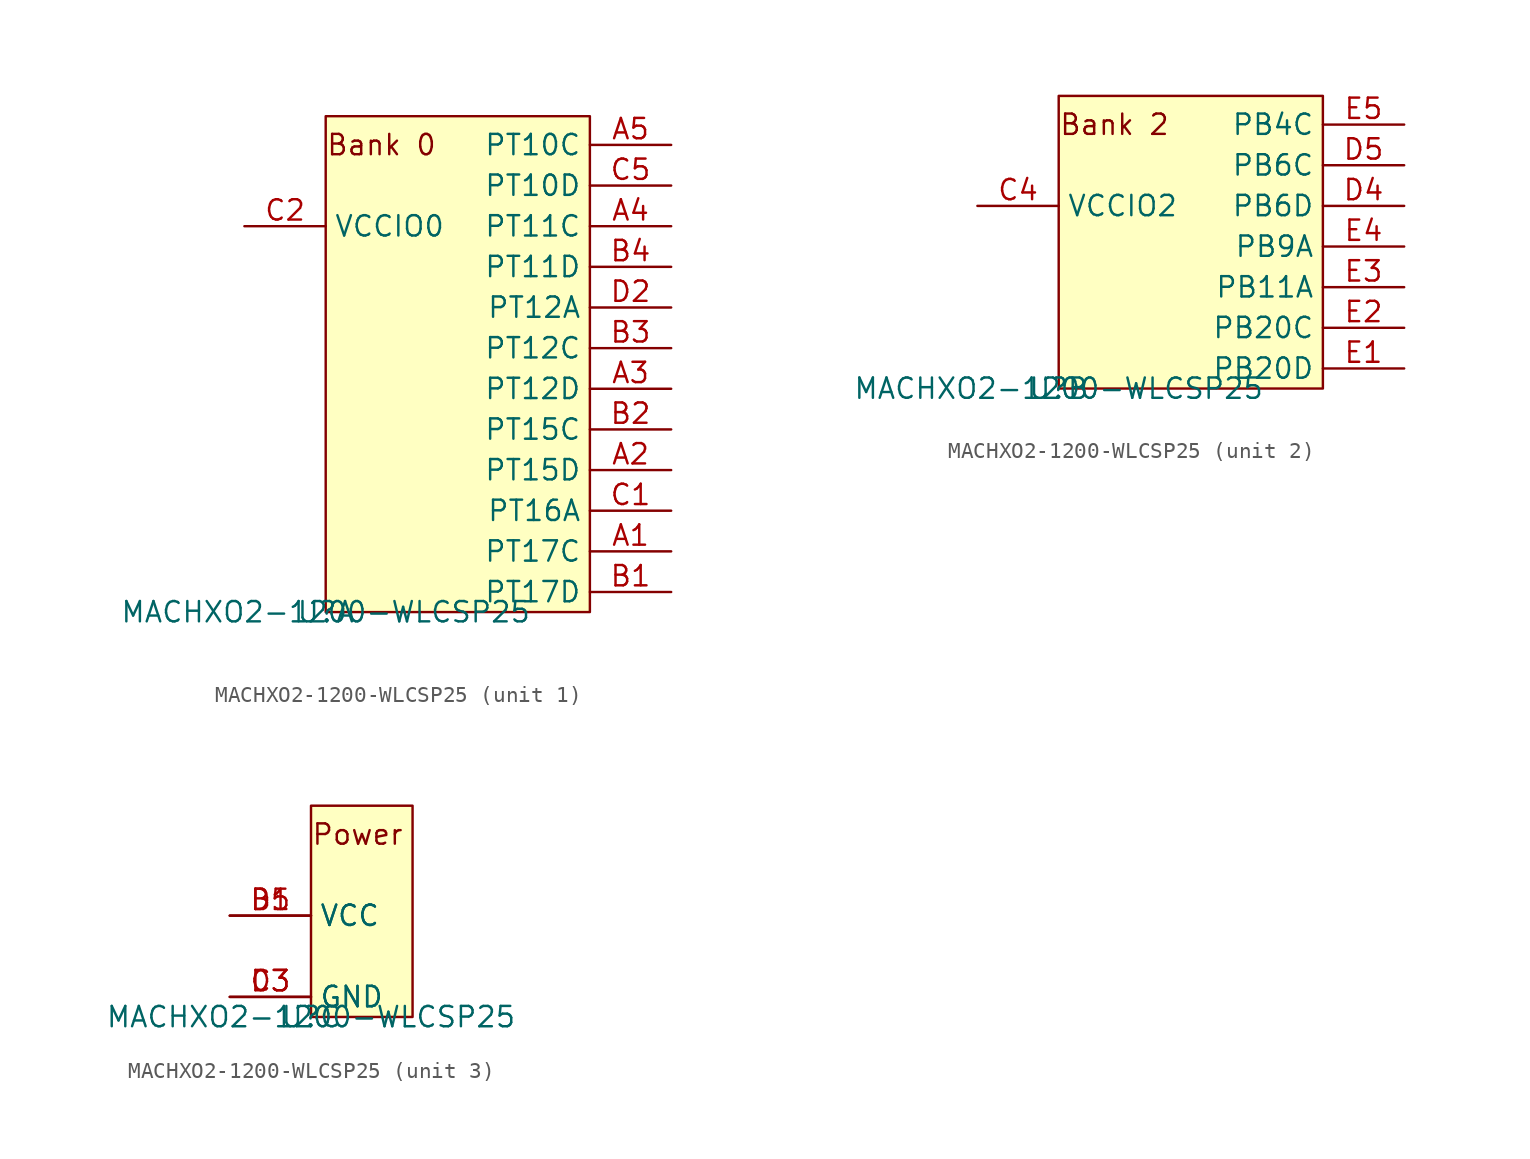
<source format=kicad_sym>
(kicad_symbol_lib
  (version 20211014)
  (generator kicad_symbol_editor)
  (symbol "MACHXO2-1200-WLCSP25"
    (property "Reference" "U"
      (at 0 0 0)
      (effects (font (size 1.27 1.27))))
    (property "Value" "MACHXO2-1200-WLCSP25"
      (at 0 0 0)
      (effects (font (size 1.27 1.27))))
    (property "ki_locked" ""
      (at 0 0 0)
      (effects (font (size 1.27 1.27))))
    (symbol "MACHXO2-1200-WLCSP25_1_0"
      (pin power_in line (at -5.08 24.114 0) (length 5.08) (name "VCCIO0" (effects (font (size 1.27 1.27)))) (number "C2" (effects (font (size 1.27 1.27)))))
      (pin bidirectional line (at 21.59 29.194 180) (length 5.08) (name "PT10C" (effects (font (size 1.27 1.27)))) (number "A5" (effects (font (size 1.27 1.27)))))
      (pin bidirectional line (at 21.59 26.654 180) (length 5.08) (name "PT10D" (effects (font (size 1.27 1.27)))) (number "C5" (effects (font (size 1.27 1.27)))))
      (pin bidirectional line (at 21.59 24.114 180) (length 5.08) (name "PT11C" (effects (font (size 1.27 1.27)))) (number "A4" (effects (font (size 1.27 1.27)))))
      (pin bidirectional line (at 21.59 21.574 180) (length 5.08) (name "PT11D" (effects (font (size 1.27 1.27)))) (number "B4" (effects (font (size 1.27 1.27)))))
      (pin bidirectional line (at 21.59 19.034 180) (length 5.08) (name "PT12A" (effects (font (size 1.27 1.27)))) (number "D2" (effects (font (size 1.27 1.27)))))
      (pin bidirectional line (at 21.59 16.494 180) (length 5.08) (name "PT12C" (effects (font (size 1.27 1.27)))) (number "B3" (effects (font (size 1.27 1.27)))))
      (pin bidirectional line (at 21.59 13.954 180) (length 5.08) (name "PT12D" (effects (font (size 1.27 1.27)))) (number "A3" (effects (font (size 1.27 1.27)))))
      (pin bidirectional line (at 21.59 11.414 180) (length 5.08) (name "PT15C" (effects (font (size 1.27 1.27)))) (number "B2" (effects (font (size 1.27 1.27)))))
      (pin bidirectional line (at 21.59 8.874 180) (length 5.08) (name "PT15D" (effects (font (size 1.27 1.27)))) (number "A2" (effects (font (size 1.27 1.27)))))
      (pin bidirectional line (at 21.59 6.334 180) (length 5.08) (name "PT16A" (effects (font (size 1.27 1.27)))) (number "C1" (effects (font (size 1.27 1.27)))))
      (pin bidirectional line (at 21.59 3.794 180) (length 5.08) (name "PT17C" (effects (font (size 1.27 1.27)))) (number "A1" (effects (font (size 1.27 1.27)))))
      (pin bidirectional line (at 21.59 1.254 180) (length 5.08) (name "PT17D" (effects (font (size 1.27 1.27)))) (number "B1" (effects (font (size 1.27 1.27))))))
    (symbol "MACHXO2-1200-WLCSP25_1_1"
      (rectangle (start 0 0) (end 16.51 30.988) (stroke (width 0) (type default) (color 0 0 0 0)) (fill (type background)))
      (text "Bank 0" (at 0 29.194 0) (effects (font (size 1.27 1.27)) (justify left))))
    (symbol "MACHXO2-1200-WLCSP25_2_0"
      (pin power_in line (at -5.08 11.414 0) (length 5.08) (name "VCCIO2" (effects (font (size 1.27 1.27)))) (number "C4" (effects (font (size 1.27 1.27)))))
      (pin bidirectional line (at 21.59 16.494 180) (length 5.08) (name "PB4C" (effects (font (size 1.27 1.27)))) (number "E5" (effects (font (size 1.27 1.27)))))
      (pin bidirectional line (at 21.59 13.954 180) (length 5.08) (name "PB6C" (effects (font (size 1.27 1.27)))) (number "D5" (effects (font (size 1.27 1.27)))))
      (pin bidirectional line (at 21.59 11.414 180) (length 5.08) (name "PB6D" (effects (font (size 1.27 1.27)))) (number "D4" (effects (font (size 1.27 1.27)))))
      (pin bidirectional line (at 21.59 8.874 180) (length 5.08) (name "PB9A" (effects (font (size 1.27 1.27)))) (number "E4" (effects (font (size 1.27 1.27)))))
      (pin bidirectional line (at 21.59 6.334 180) (length 5.08) (name "PB11A" (effects (font (size 1.27 1.27)))) (number "E3" (effects (font (size 1.27 1.27)))))
      (pin bidirectional line (at 21.59 3.794 180) (length 5.08) (name "PB20C" (effects (font (size 1.27 1.27)))) (number "E2" (effects (font (size 1.27 1.27)))))
      (pin bidirectional line (at 21.59 1.254 180) (length 5.08) (name "PB20D" (effects (font (size 1.27 1.27)))) (number "E1" (effects (font (size 1.27 1.27))))))
    (symbol "MACHXO2-1200-WLCSP25_2_1"
      (rectangle (start 0 0) (end 16.51 18.288) (stroke (width 0) (type default) (color 0 0 0 0)) (fill (type background)))
      (text "Bank 2" (at 0 16.494 0) (effects (font (size 1.27 1.27)) (justify left))))
    (symbol "MACHXO2-1200-WLCSP25_3_0"
      (pin power_in line (at -5.08 6.334 0) (length 5.08) (name "VCC" (effects (font (size 1.27 1.27)))) (number "D1" (effects (font (size 1.27 1.27)))))
      (pin power_in line (at -5.08 6.334 0) (length 5.08) (name "VCC" (effects (font (size 1.27 1.27)))) (number "B5" (effects (font (size 1.27 1.27)))))
      (pin power_in line (at -5.08 1.254 0) (length 5.08) (name "GND" (effects (font (size 1.27 1.27)))) (number "D3" (effects (font (size 1.27 1.27)))))
      (pin power_in line (at -5.08 1.254 0) (length 5.08) (name "GND" (effects (font (size 1.27 1.27)))) (number "C3" (effects (font (size 1.27 1.27))))))
    (symbol "MACHXO2-1200-WLCSP25_3_1"
      (rectangle (start 0 0) (end 6.35 13.208) (stroke (width 0) (type default) (color 0 0 0 0)) (fill (type background)))
      (text "Power" (at 0 11.414 0) (effects (font (size 1.27 1.27)) (justify left))))))
</source>
